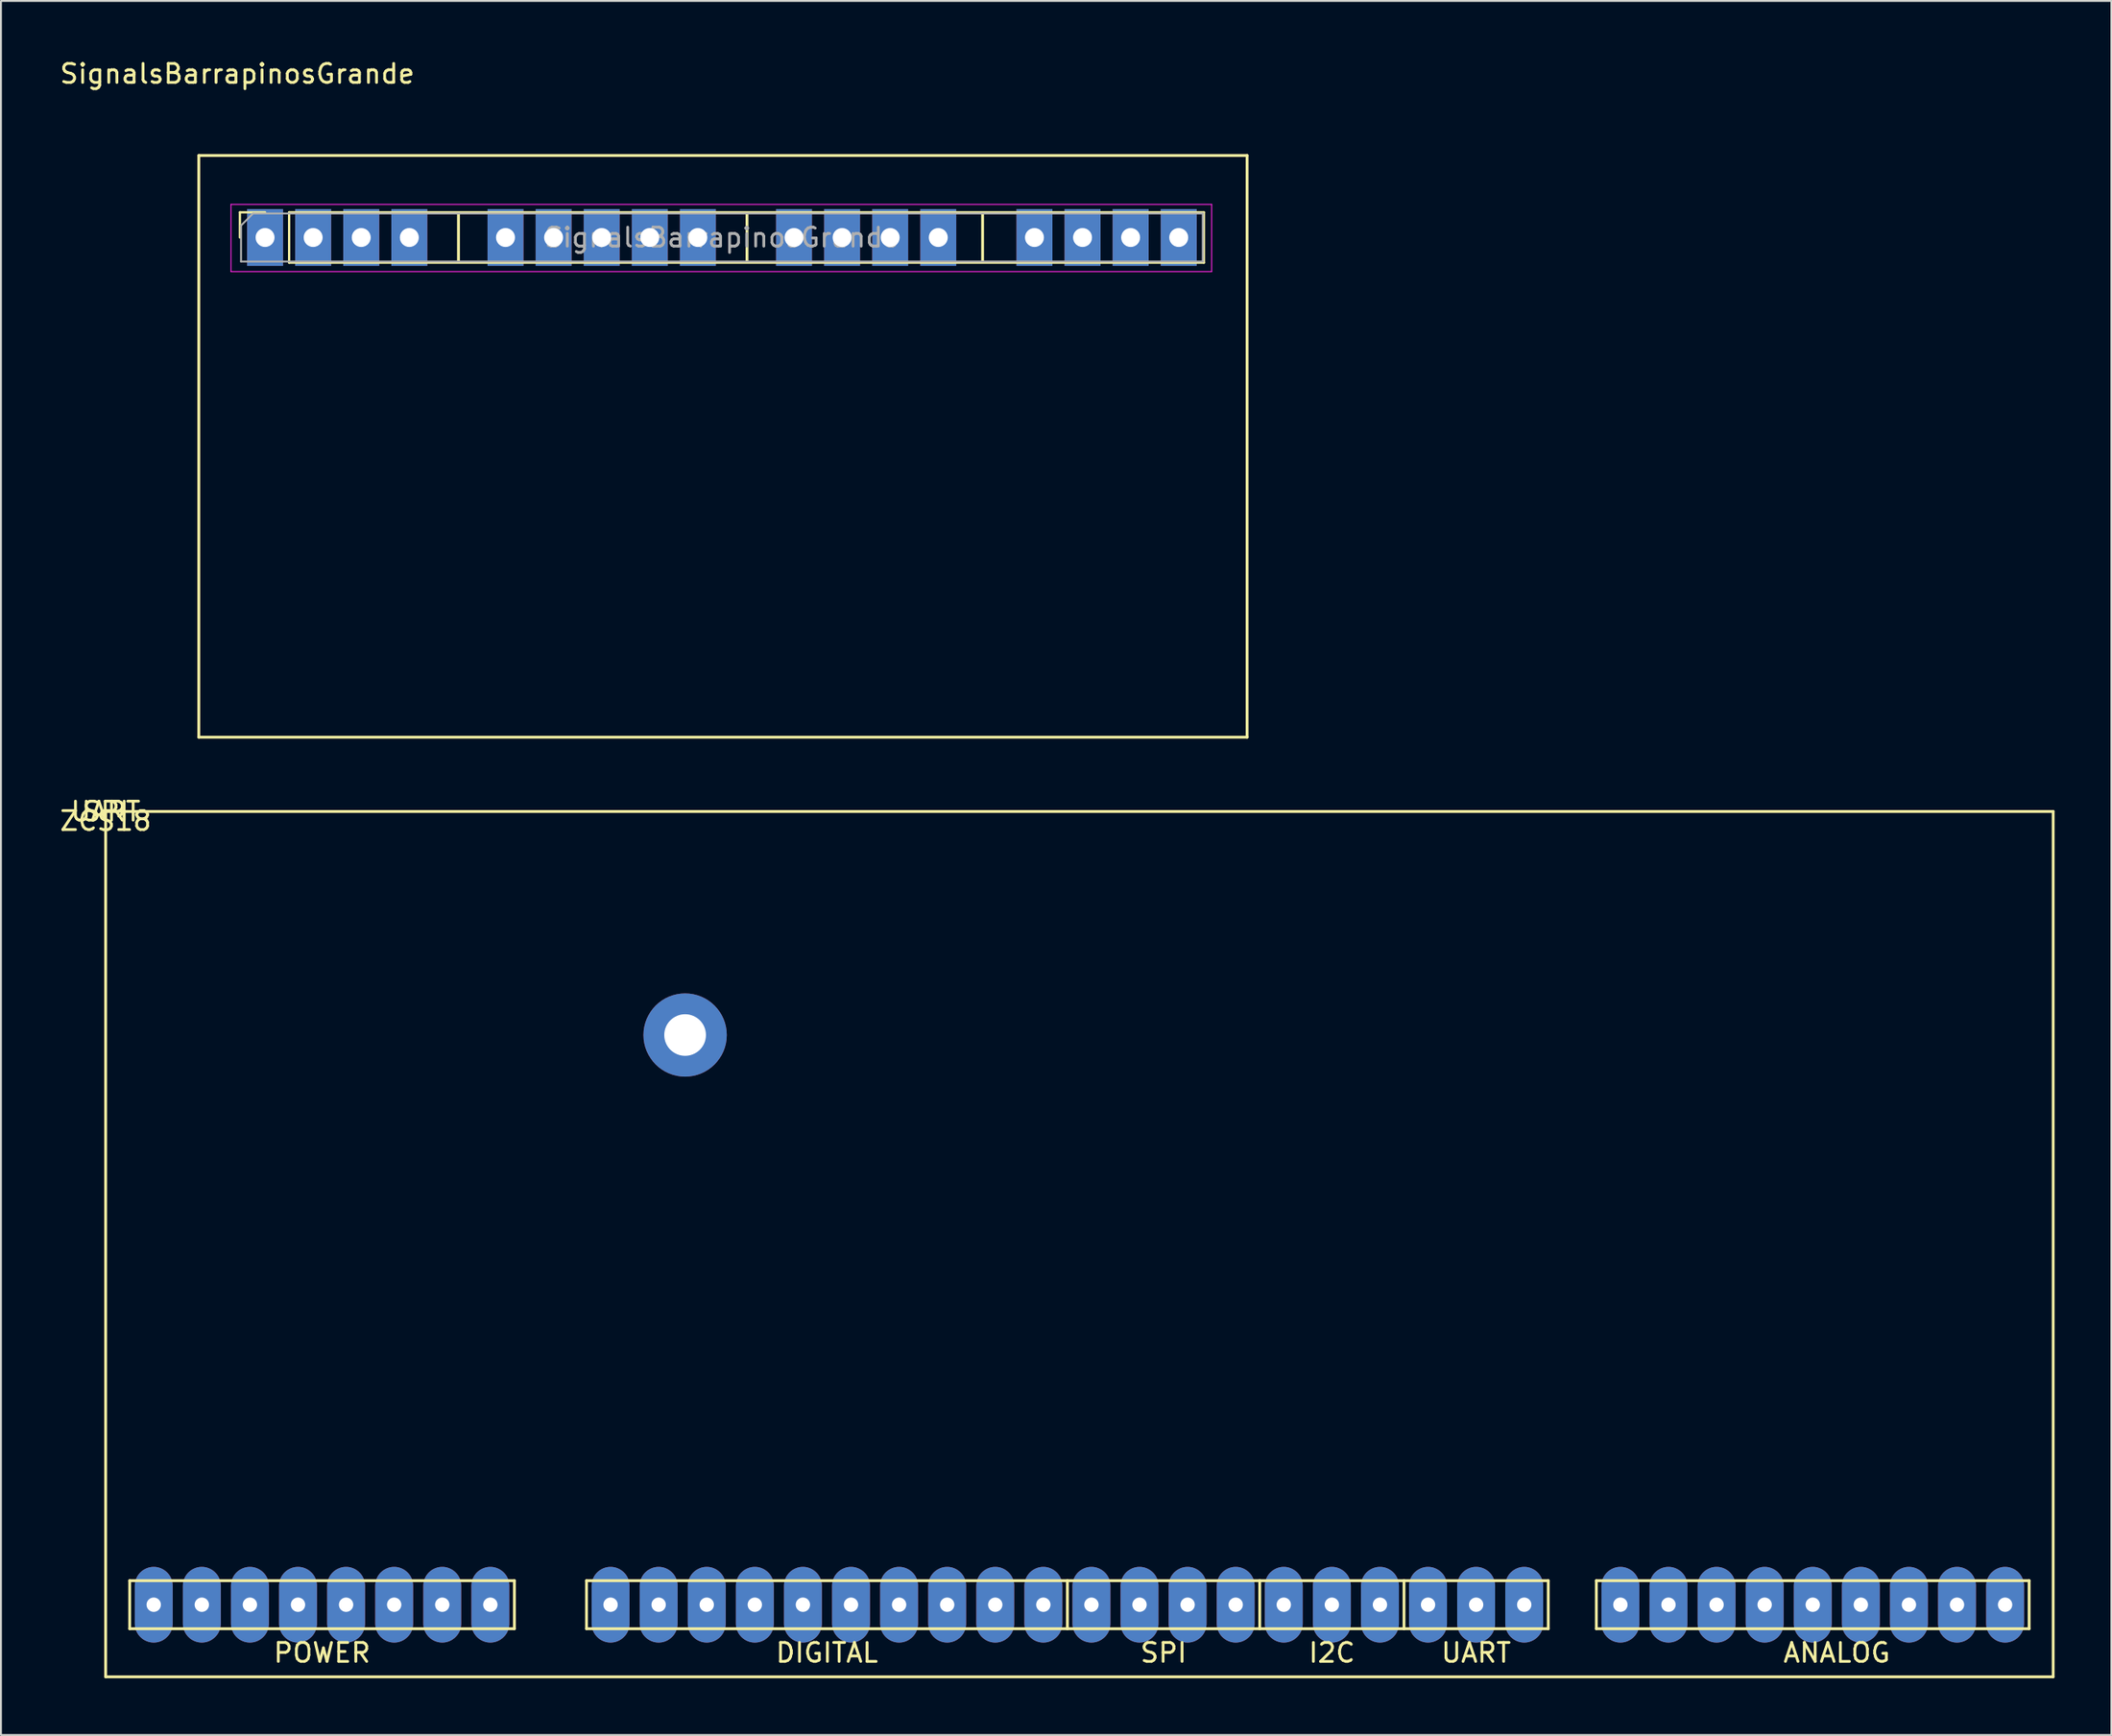
<source format=kicad_pcb>
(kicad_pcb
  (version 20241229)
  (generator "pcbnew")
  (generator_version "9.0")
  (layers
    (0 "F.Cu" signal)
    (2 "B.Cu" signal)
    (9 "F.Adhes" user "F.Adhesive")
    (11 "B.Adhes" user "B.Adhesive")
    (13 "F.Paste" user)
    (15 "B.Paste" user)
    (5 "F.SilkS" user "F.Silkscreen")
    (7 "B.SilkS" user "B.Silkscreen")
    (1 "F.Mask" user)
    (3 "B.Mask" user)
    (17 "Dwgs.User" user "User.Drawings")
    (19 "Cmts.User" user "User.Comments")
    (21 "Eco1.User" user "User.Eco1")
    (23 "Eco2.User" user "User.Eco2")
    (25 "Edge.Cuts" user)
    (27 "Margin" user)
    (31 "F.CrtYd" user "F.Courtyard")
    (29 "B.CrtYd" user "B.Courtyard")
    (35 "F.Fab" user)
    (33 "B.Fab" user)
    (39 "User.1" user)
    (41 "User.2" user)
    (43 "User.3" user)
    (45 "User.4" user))
  (footprint "SignalsBarrapinosGrande"
    (layer "F.Cu")
    (at 7.45 5.166)
    (property "Reference" "SignalsBarrapinosGrande" (at 2.032 -4.318 180) (layer "F.SilkS") (effects (font (size 1 1) (thickness 0.15))))
    (attr through_hole)
    (fp_line (start 0 0) (end 0 30.734) (stroke (width 0.15) (type solid)) (layer "F.SilkS"))
    (fp_line (start 2.171 3.002) (end 3.501 3.002) (stroke (width 0.12) (type solid)) (layer "F.SilkS"))
    (fp_line (start 2.171 4.332) (end 2.171 3.002) (stroke (width 0.12) (type solid)) (layer "F.SilkS"))
    (fp_line (start 4.771 3.002) (end 53.091 3.002) (stroke (width 0.12) (type solid)) (layer "F.SilkS"))
    (fp_line (start 4.771 5.662) (end 4.771 3.002) (stroke (width 0.12) (type solid)) (layer "F.SilkS"))
    (fp_line (start 4.771 5.662) (end 53.091 5.662) (stroke (width 0.12) (type solid)) (layer "F.SilkS"))
    (fp_line (start 13.716 5.588) (end 13.716 3.048) (stroke (width 0.15) (type solid)) (layer "F.SilkS"))
    (fp_line (start 28.956 5.588) (end 28.956 3.048) (stroke (width 0.15) (type solid)) (layer "F.SilkS"))
    (fp_line (start 41.402 5.588) (end 41.402 3.048) (stroke (width 0.15) (type solid)) (layer "F.SilkS"))
    (fp_line (start 53.091 5.662) (end 53.091 3.002) (stroke (width 0.12) (type solid)) (layer "F.SilkS"))
    (fp_line (start 55.372 0) (end 0 0) (stroke (width 0.15) (type solid)) (layer "F.SilkS"))
    (fp_line (start 55.372 0) (end 55.372 30.734) (stroke (width 0.15) (type solid)) (layer "F.SilkS"))
    (fp_line (start 55.372 30.734) (end 0 30.734) (stroke (width 0.15) (type solid)) (layer "F.SilkS"))
    (fp_line (start 1.701 2.582) (end 53.501 2.582) (stroke (width 0.05) (type solid)) (layer "F.CrtYd"))
    (fp_line (start 1.701 6.132) (end 1.701 2.582) (stroke (width 0.05) (type solid)) (layer "F.CrtYd"))
    (fp_line (start 53.501 2.582) (end 53.501 6.132) (stroke (width 0.05) (type solid)) (layer "F.CrtYd"))
    (fp_line (start 53.501 6.132) (end 1.701 6.132) (stroke (width 0.05) (type solid)) (layer "F.CrtYd"))
    (fp_line (start 2.231 3.697) (end 2.866 3.062) (stroke (width 0.1) (type solid)) (layer "F.Fab"))
    (fp_line (start 2.231 5.602) (end 2.231 3.697) (stroke (width 0.1) (type solid)) (layer "F.Fab"))
    (fp_line (start 2.866 3.062) (end 53.031 3.062) (stroke (width 0.1) (type solid)) (layer "F.Fab"))
    (fp_line (start 53.031 3.062) (end 53.031 5.602) (stroke (width 0.1) (type solid)) (layer "F.Fab"))
    (fp_line (start 53.031 5.602) (end 2.231 5.602) (stroke (width 0.1) (type solid)) (layer "F.Fab"))
    (fp_text user "${REFERENCE}" (at 27.631 4.332 180) (layer "F.Fab") (effects (font (size 1 1) (thickness 0.15))))
    (pad "1" thru_hole rect (at 3.501 4.332 90) (size 3 1.9) (drill 1) (layers "*.Cu" "*.Mask"))
    (pad "2" thru_hole rect (at 6.041 4.332 90) (size 3 1.9) (drill 1) (layers "*.Cu" "*.Mask"))
    (pad "3" thru_hole rect (at 8.581 4.332 90) (size 3 1.9) (drill 1) (layers "*.Cu" "*.Mask"))
    (pad "4" thru_hole rect (at 11.121 4.332 90) (size 3 1.9) (drill 1) (layers "*.Cu" "*.Mask"))
    (pad "5" thru_hole rect (at 16.201 4.332 90) (size 3 1.9) (drill 1) (layers "*.Cu" "*.Mask"))
    (pad "6" thru_hole rect (at 18.741 4.332 90) (size 3 1.9) (drill 1) (layers "*.Cu" "*.Mask"))
    (pad "7" thru_hole rect (at 21.281 4.332 90) (size 3 1.9) (drill 1) (layers "*.Cu" "*.Mask"))
    (pad "8" thru_hole rect (at 23.821 4.332 90) (size 3 1.9) (drill 1) (layers "*.Cu" "*.Mask"))
    (pad "9" thru_hole rect (at 26.361 4.332 90) (size 3 1.9) (drill 1) (layers "*.Cu" "*.Mask"))
    (pad "10" thru_hole rect (at 31.441 4.332 90) (size 3 1.9) (drill 1) (layers "*.Cu" "*.Mask"))
    (pad "11" thru_hole rect (at 33.981 4.332 90) (size 3 1.9) (drill 1) (layers "*.Cu" "*.Mask"))
    (pad "12" thru_hole rect (at 36.521 4.332 90) (size 3 1.9) (drill 1) (layers "*.Cu" "*.Mask"))
    (pad "13" thru_hole rect (at 39.061 4.332 90) (size 3 1.9) (drill 1) (layers "*.Cu" "*.Mask"))
    (pad "14" thru_hole rect (at 44.141 4.332 90) (size 3 1.9) (drill 1) (layers "*.Cu" "*.Mask"))
    (pad "15" thru_hole rect (at 46.681 4.332 90) (size 3 1.9) (drill 1) (layers "*.Cu" "*.Mask"))
    (pad "16" thru_hole rect (at 49.221 4.332 90) (size 3 1.9) (drill 1) (layers "*.Cu" "*.Mask"))
    (pad "17" thru_hole rect (at 51.761 4.332 90) (size 3 1.9) (drill 1) (layers "*.Cu" "*.Mask")))
  (footprint "ZCS18"
    (layer "F.Cu")
    (at 2.53 39.824)
    (property "Reference" "ZCS18" (at 0 0.5 0) (layer "F.SilkS") (effects (font (size 1 1) (thickness 0.15))))
    (attr through_hole)
    (fp_line (start 0 0) (end 0 45.72) (stroke (width 0.15) (type solid)) (layer "F.SilkS"))
    (fp_line (start 0 0) (end 102.87 0) (stroke (width 0.15) (type solid)) (layer "F.SilkS"))
    (fp_line (start 0 45.72) (end 102.87 45.72) (stroke (width 0.15) (type solid)) (layer "F.SilkS"))
    (fp_line (start 1.27 40.64) (end 1.27 43.18) (stroke (width 0.15) (type solid)) (layer "F.SilkS"))
    (fp_line (start 1.27 43.18) (end 21.59 43.18) (stroke (width 0.15) (type solid)) (layer "F.SilkS"))
    (fp_line (start 21.59 40.64) (end 1.27 40.64) (stroke (width 0.15) (type solid)) (layer "F.SilkS"))
    (fp_line (start 21.59 43.18) (end 21.59 40.64) (stroke (width 0.15) (type solid)) (layer "F.SilkS"))
    (fp_line (start 25.4 40.64) (end 25.4 43.18) (stroke (width 0.15) (type solid)) (layer "F.SilkS"))
    (fp_line (start 25.4 43.18) (end 50.8 43.18) (stroke (width 0.15) (type solid)) (layer "F.SilkS"))
    (fp_line (start 50.8 40.64) (end 25.4 40.64) (stroke (width 0.15) (type solid)) (layer "F.SilkS"))
    (fp_line (start 50.8 43.18) (end 50.8 40.64) (stroke (width 0.15) (type solid)) (layer "F.SilkS"))
    (fp_line (start 50.8 43.18) (end 60.96 43.18) (stroke (width 0.15) (type solid)) (layer "F.SilkS"))
    (fp_line (start 60.96 40.64) (end 50.8 40.64) (stroke (width 0.15) (type solid)) (layer "F.SilkS"))
    (fp_line (start 60.96 43.18) (end 60.96 40.64) (stroke (width 0.15) (type solid)) (layer "F.SilkS"))
    (fp_line (start 60.96 43.18) (end 68.58 43.18) (stroke (width 0.15) (type solid)) (layer "F.SilkS"))
    (fp_line (start 68.58 40.64) (end 60.96 40.64) (stroke (width 0.15) (type solid)) (layer "F.SilkS"))
    (fp_line (start 68.58 43.18) (end 68.58 40.64) (stroke (width 0.15) (type solid)) (layer "F.SilkS"))
    (fp_line (start 68.58 43.18) (end 76.2 43.18) (stroke (width 0.15) (type solid)) (layer "F.SilkS"))
    (fp_line (start 76.2 40.64) (end 68.58 40.64) (stroke (width 0.15) (type solid)) (layer "F.SilkS"))
    (fp_line (start 76.2 43.18) (end 76.2 40.64) (stroke (width 0.15) (type solid)) (layer "F.SilkS"))
    (fp_line (start 78.74 40.64) (end 78.74 43.18) (stroke (width 0.15) (type solid)) (layer "F.SilkS"))
    (fp_line (start 78.74 43.18) (end 101.6 43.18) (stroke (width 0.15) (type solid)) (layer "F.SilkS"))
    (fp_line (start 101.6 40.64) (end 78.74 40.64) (stroke (width 0.15) (type solid)) (layer "F.SilkS"))
    (fp_line (start 101.6 43.18) (end 101.6 40.64) (stroke (width 0.15) (type solid)) (layer "F.SilkS"))
    (fp_line (start 102.87 0) (end 102.87 45.72) (stroke (width 0.15) (type solid)) (layer "F.SilkS"))
    (fp_text user "POWER" (at 11.43 44.45 0) (layer "F.SilkS") (effects (font (size 1 1) (thickness 0.15))))
    (fp_text user "ANALOG" (at 91.44 44.45 0) (layer "F.SilkS") (effects (font (size 1 1) (thickness 0.15))))
    (fp_text user "SPI" (at 0 0 0) (layer "F.SilkS") (effects (font (size 1 1) (thickness 0.15))))
    (fp_text user "SPI" (at 55.88 44.45 0) (layer "F.SilkS") (effects (font (size 1 1) (thickness 0.15))))
    (fp_text user "I2C" (at 64.77 44.45 0) (layer "F.SilkS") (effects (font (size 1 1) (thickness 0.15))))
    (fp_text user "UART" (at 72.39 44.45 0) (layer "F.SilkS") (effects (font (size 1 1) (thickness 0.15))))
    (fp_text user "DIGITAL" (at 38.1 44.45 0) (layer "F.SilkS") (effects (font (size 1 1) (thickness 0.15))))
    (fp_text user "UART" (at 0 0 0) (layer "F.SilkS") (effects (font (size 1 1) (thickness 0.15))))
    (pad "1" thru_hole oval (at 2.54 41.91) (size 2 4) (drill 0.762) (layers "*.Cu" "*.Mask"))
    (pad "2" thru_hole oval (at 5.08 41.91) (size 2 4) (drill 0.762) (layers "*.Cu" "*.Mask"))
    (pad "3" thru_hole oval (at 7.62 41.91) (size 2 4) (drill 0.762) (layers "*.Cu" "*.Mask"))
    (pad "4" thru_hole oval (at 10.16 41.91) (size 2 4) (drill 0.762) (layers "*.Cu" "*.Mask"))
    (pad "5" thru_hole oval (at 12.7 41.91) (size 2 4) (drill 0.762) (layers "*.Cu" "*.Mask"))
    (pad "6" thru_hole oval (at 15.24 41.91) (size 2 4) (drill 0.762) (layers "*.Cu" "*.Mask"))
    (pad "7" thru_hole oval (at 17.78 41.91) (size 2 4) (drill 0.762) (layers "*.Cu" "*.Mask"))
    (pad "8" thru_hole oval (at 20.32 41.91) (size 2 4) (drill 0.762) (layers "*.Cu" "*.Mask"))
    (pad "9" thru_hole oval (at 26.67 41.91) (size 2 4) (drill 0.762) (layers "*.Cu" "*.Mask"))
    (pad "10" thru_hole oval (at 29.21 41.91) (size 2 4) (drill 0.762) (layers "*.Cu" "*.Mask"))
    (pad "11" thru_hole oval (at 31.75 41.91) (size 2 4) (drill 0.762) (layers "*.Cu" "*.Mask"))
    (pad "12" thru_hole oval (at 34.29 41.91) (size 2 4) (drill 0.762) (layers "*.Cu" "*.Mask"))
    (pad "13" thru_hole oval (at 36.83 41.91) (size 2 4) (drill 0.762) (layers "*.Cu" "*.Mask"))
    (pad "14" thru_hole oval (at 39.37 41.91) (size 2 4) (drill 0.762) (layers "*.Cu" "*.Mask"))
    (pad "15" thru_hole oval (at 41.91 41.91) (size 2 4) (drill 0.762) (layers "*.Cu" "*.Mask"))
    (pad "16" thru_hole oval (at 44.45 41.91) (size 2 4) (drill 0.762) (layers "*.Cu" "*.Mask"))
    (pad "17" thru_hole oval (at 46.99 41.91) (size 2 4) (drill 0.762) (layers "*.Cu" "*.Mask"))
    (pad "18" thru_hole oval (at 49.53 41.91) (size 2 4) (drill 0.762) (layers "*.Cu" "*.Mask"))
    (pad "19" thru_hole oval (at 52.07 41.91) (size 2 4) (drill 0.762) (layers "*.Cu" "*.Mask"))
    (pad "20" thru_hole oval (at 54.61 41.91) (size 2 4) (drill 0.762) (layers "*.Cu" "*.Mask"))
    (pad "21" thru_hole oval (at 57.15 41.91) (size 2 4) (drill 0.762) (layers "*.Cu" "*.Mask"))
    (pad "22" thru_hole oval (at 59.69 41.91) (size 2 4) (drill 0.762) (layers "*.Cu" "*.Mask"))
    (pad "23" thru_hole oval (at 62.23 41.91) (size 2 4) (drill 0.762) (layers "*.Cu" "*.Mask"))
    (pad "24" thru_hole oval (at 64.77 41.91) (size 2 4) (drill 0.762) (layers "*.Cu" "*.Mask"))
    (pad "25" thru_hole oval (at 67.31 41.91) (size 2 4) (drill 0.762) (layers "*.Cu" "*.Mask"))
    (pad "26" thru_hole oval (at 69.85 41.91) (size 2 4) (drill 0.762) (layers "*.Cu" "*.Mask"))
    (pad "27" thru_hole oval (at 72.39 41.91) (size 2 4) (drill 0.762) (layers "*.Cu" "*.Mask"))
    (pad "28" thru_hole oval (at 74.93 41.91) (size 2 4) (drill 0.762) (layers "*.Cu" "*.Mask"))
    (pad "29" thru_hole oval (at 80.01 41.91) (size 2 4) (drill 0.762) (layers "*.Cu" "*.Mask"))
    (pad "30" thru_hole oval (at 82.55 41.91) (size 2 4) (drill 0.762) (layers "*.Cu" "*.Mask"))
    (pad "31" thru_hole oval (at 85.09 41.91) (size 2 4) (drill 0.762) (layers "*.Cu" "*.Mask"))
    (pad "32" thru_hole oval (at 87.63 41.91) (size 2 4) (drill 0.762) (layers "*.Cu" "*.Mask"))
    (pad "33" thru_hole oval (at 90.17 41.91) (size 2 4) (drill 0.762) (layers "*.Cu" "*.Mask"))
    (pad "34" thru_hole oval (at 92.71 41.91) (size 2 4) (drill 0.762) (layers "*.Cu" "*.Mask"))
    (pad "35" thru_hole oval (at 95.25 41.91) (size 2 4) (drill 0.762) (layers "*.Cu" "*.Mask"))
    (pad "36" thru_hole oval (at 97.79 41.91) (size 2 4) (drill 0.762) (layers "*.Cu" "*.Mask"))
    (pad "37" thru_hole oval (at 100.33 41.91) (size 2 4) (drill 0.762) (layers "*.Cu" "*.Mask"))
    (pad "40" thru_hole circle (at 30.608 11.811) (size 4.4 4.4) (drill 2.2) (layers "*.Cu" "*.Mask")))
  (gr_rect
    (start -3 -3)
    (end 108.475 88.618)
    (stroke (width 0.1) (type default))
    (fill no)
    (layer "Edge.Cuts")))
</source>
